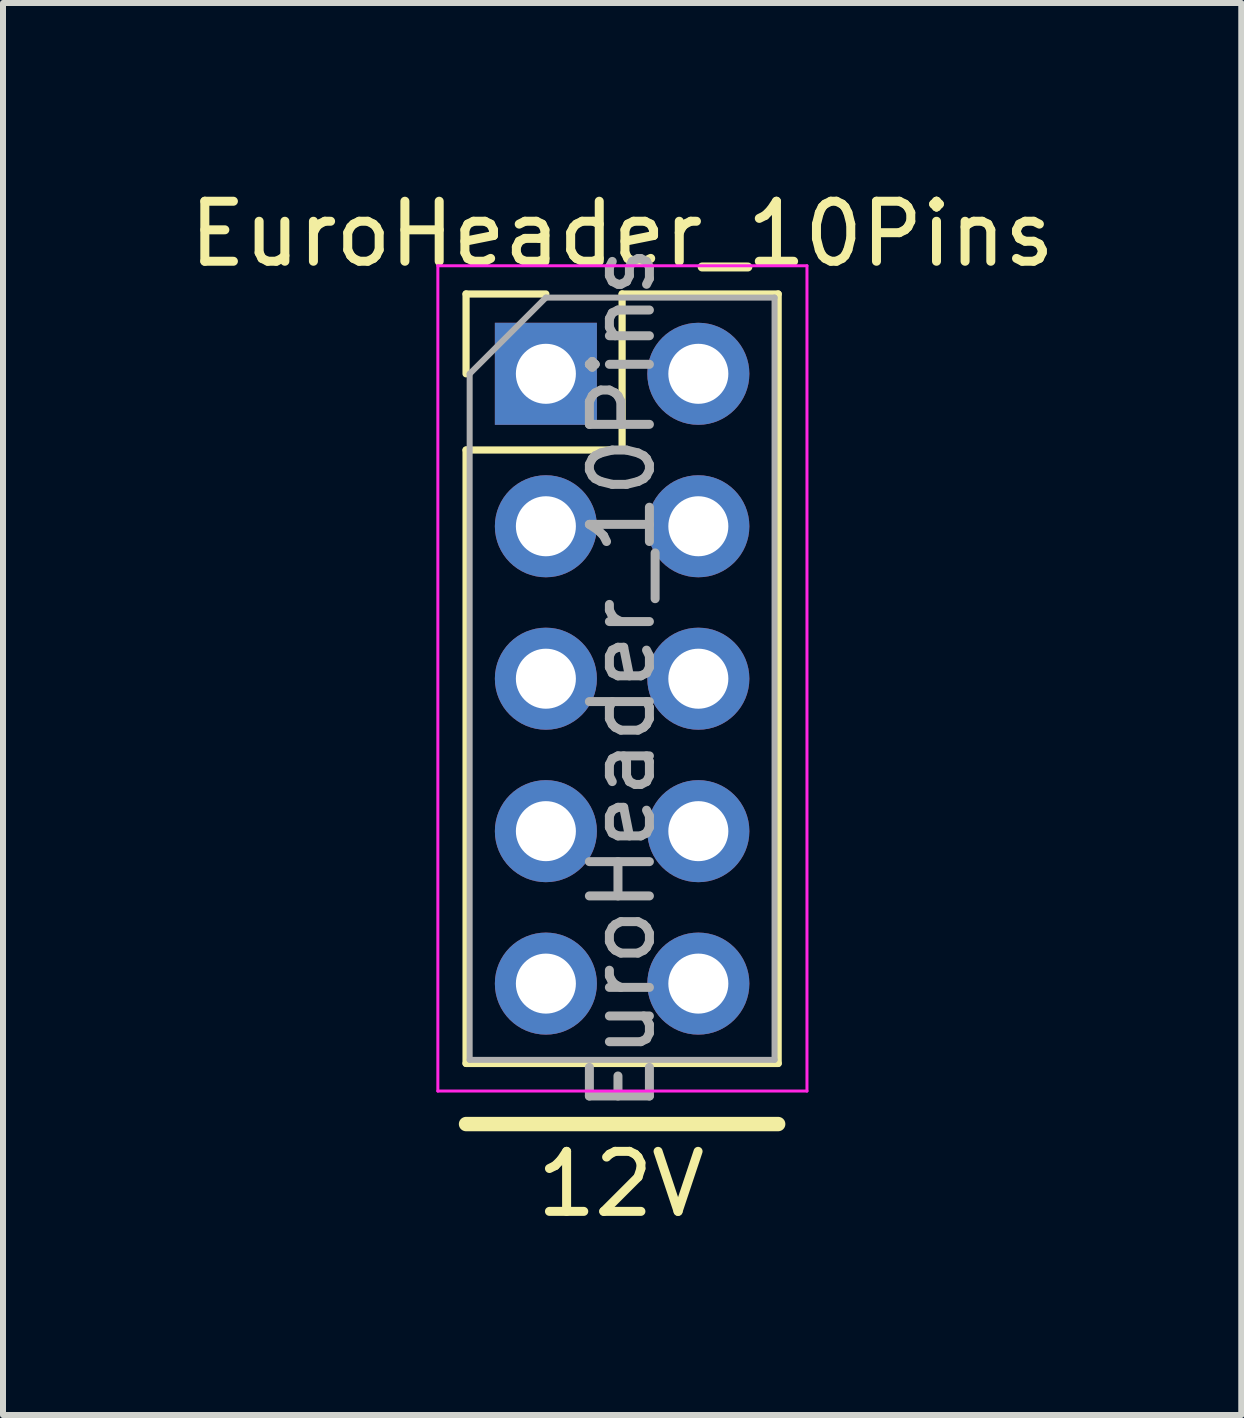
<source format=kicad_pcb>
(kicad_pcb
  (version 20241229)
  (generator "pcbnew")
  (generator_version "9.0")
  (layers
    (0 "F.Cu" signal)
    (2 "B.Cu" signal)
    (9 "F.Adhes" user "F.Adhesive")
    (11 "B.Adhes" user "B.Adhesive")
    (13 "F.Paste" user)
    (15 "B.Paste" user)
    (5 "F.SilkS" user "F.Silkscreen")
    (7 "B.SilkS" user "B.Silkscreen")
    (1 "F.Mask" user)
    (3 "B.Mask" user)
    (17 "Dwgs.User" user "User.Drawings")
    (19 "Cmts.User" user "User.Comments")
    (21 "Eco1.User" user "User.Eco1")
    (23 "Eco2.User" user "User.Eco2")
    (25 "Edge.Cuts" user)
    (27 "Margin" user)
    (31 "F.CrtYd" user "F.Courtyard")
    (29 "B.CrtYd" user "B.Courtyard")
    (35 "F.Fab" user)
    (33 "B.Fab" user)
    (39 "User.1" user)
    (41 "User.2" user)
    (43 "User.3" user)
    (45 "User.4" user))
  (footprint "EuroHeader_10Pins"
    (layer "F.Cu")
    (at 6.045 3.178)
    (property "Reference" "EuroHeader_10Pins" (at 1.27 -2.33 0) (layer "F.SilkS") (effects (font (size 1 1) (thickness 0.15))))
    (attr through_hole)
    (fp_line (start -1.33 -1.33) (end 0 -1.33) (stroke (width 0.12) (type solid)) (layer "F.SilkS"))
    (fp_line (start -1.33 0) (end -1.33 -1.33) (stroke (width 0.12) (type solid)) (layer "F.SilkS"))
    (fp_line (start -1.33 1.27) (end -1.33 11.49) (stroke (width 0.12) (type solid)) (layer "F.SilkS"))
    (fp_line (start -1.33 1.27) (end 1.27 1.27) (stroke (width 0.12) (type solid)) (layer "F.SilkS"))
    (fp_line (start -1.33 11.49) (end 3.87 11.49) (stroke (width 0.12) (type solid)) (layer "F.SilkS"))
    (fp_line (start -1.33 12.5) (end 3.87 12.5) (stroke (width 0.24) (type solid)) (layer "F.SilkS"))
    (fp_line (start 1.27 -1.33) (end 3.87 -1.33) (stroke (width 0.12) (type solid)) (layer "F.SilkS"))
    (fp_line (start 1.27 1.27) (end 1.27 -1.33) (stroke (width 0.12) (type solid)) (layer "F.SilkS"))
    (fp_line (start 3.87 -1.33) (end 3.87 11.49) (stroke (width 0.12) (type solid)) (layer "F.SilkS"))
    (fp_line (start -1.8 -1.8) (end -1.8 11.95) (stroke (width 0.05) (type solid)) (layer "F.CrtYd"))
    (fp_line (start -1.8 11.95) (end 4.35 11.95) (stroke (width 0.05) (type solid)) (layer "F.CrtYd"))
    (fp_line (start 4.35 -1.8) (end -1.8 -1.8) (stroke (width 0.05) (type solid)) (layer "F.CrtYd"))
    (fp_line (start 4.35 11.95) (end 4.35 -1.8) (stroke (width 0.05) (type solid)) (layer "F.CrtYd"))
    (fp_line (start -1.27 0) (end 0 -1.27) (stroke (width 0.1) (type solid)) (layer "F.Fab"))
    (fp_line (start -1.27 11.43) (end -1.27 0) (stroke (width 0.1) (type solid)) (layer "F.Fab"))
    (fp_line (start 0 -1.27) (end 3.81 -1.27) (stroke (width 0.1) (type solid)) (layer "F.Fab"))
    (fp_line (start 3.81 -1.27) (end 3.81 11.43) (stroke (width 0.1) (type solid)) (layer "F.Fab"))
    (fp_line (start 3.81 11.43) (end -1.27 11.43) (stroke (width 0.1) (type solid)) (layer "F.Fab"))
    (fp_text user "12V" (at 1.25 13.5 0) (unlocked yes) (layer "F.SilkS") (effects (font (size 1 1) (thickness 0.15))))
    (fp_text user "${REFERENCE}" (at 1.27 5.08 90) (layer "F.Fab") (effects (font (size 1 1) (thickness 0.15))))
    (pad "1" thru_hole rect (at 0 0) (size 1.7 1.7) (drill 1) (layers "*.Cu" "*.Mask"))
    (pad "2" thru_hole oval (at 2.54 0) (size 1.7 1.7) (drill 1) (layers "*.Cu" "*.Mask"))
    (pad "3" thru_hole oval (at 0 2.54) (size 1.7 1.7) (drill 1) (layers "*.Cu" "*.Mask"))
    (pad "4" thru_hole oval (at 2.54 2.54) (size 1.7 1.7) (drill 1) (layers "*.Cu" "*.Mask"))
    (pad "5" thru_hole oval (at 0 5.08) (size 1.7 1.7) (drill 1) (layers "*.Cu" "*.Mask"))
    (pad "6" thru_hole oval (at 2.54 5.08) (size 1.7 1.7) (drill 1) (layers "*.Cu" "*.Mask"))
    (pad "7" thru_hole oval (at 0 7.62) (size 1.7 1.7) (drill 1) (layers "*.Cu" "*.Mask"))
    (pad "8" thru_hole oval (at 2.54 7.62) (size 1.7 1.7) (drill 1) (layers "*.Cu" "*.Mask"))
    (pad "9" thru_hole oval (at 0 10.16) (size 1.7 1.7) (drill 1) (layers "*.Cu" "*.Mask"))
    (pad "10" thru_hole oval (at 2.54 10.16) (size 1.7 1.7) (drill 1) (layers "*.Cu" "*.Mask")))
  (gr_rect
    (start -3 -3)
    (end 17.631 20.526)
    (stroke (width 0.1) (type default))
    (fill no)
    (layer "Edge.Cuts")))
</source>
